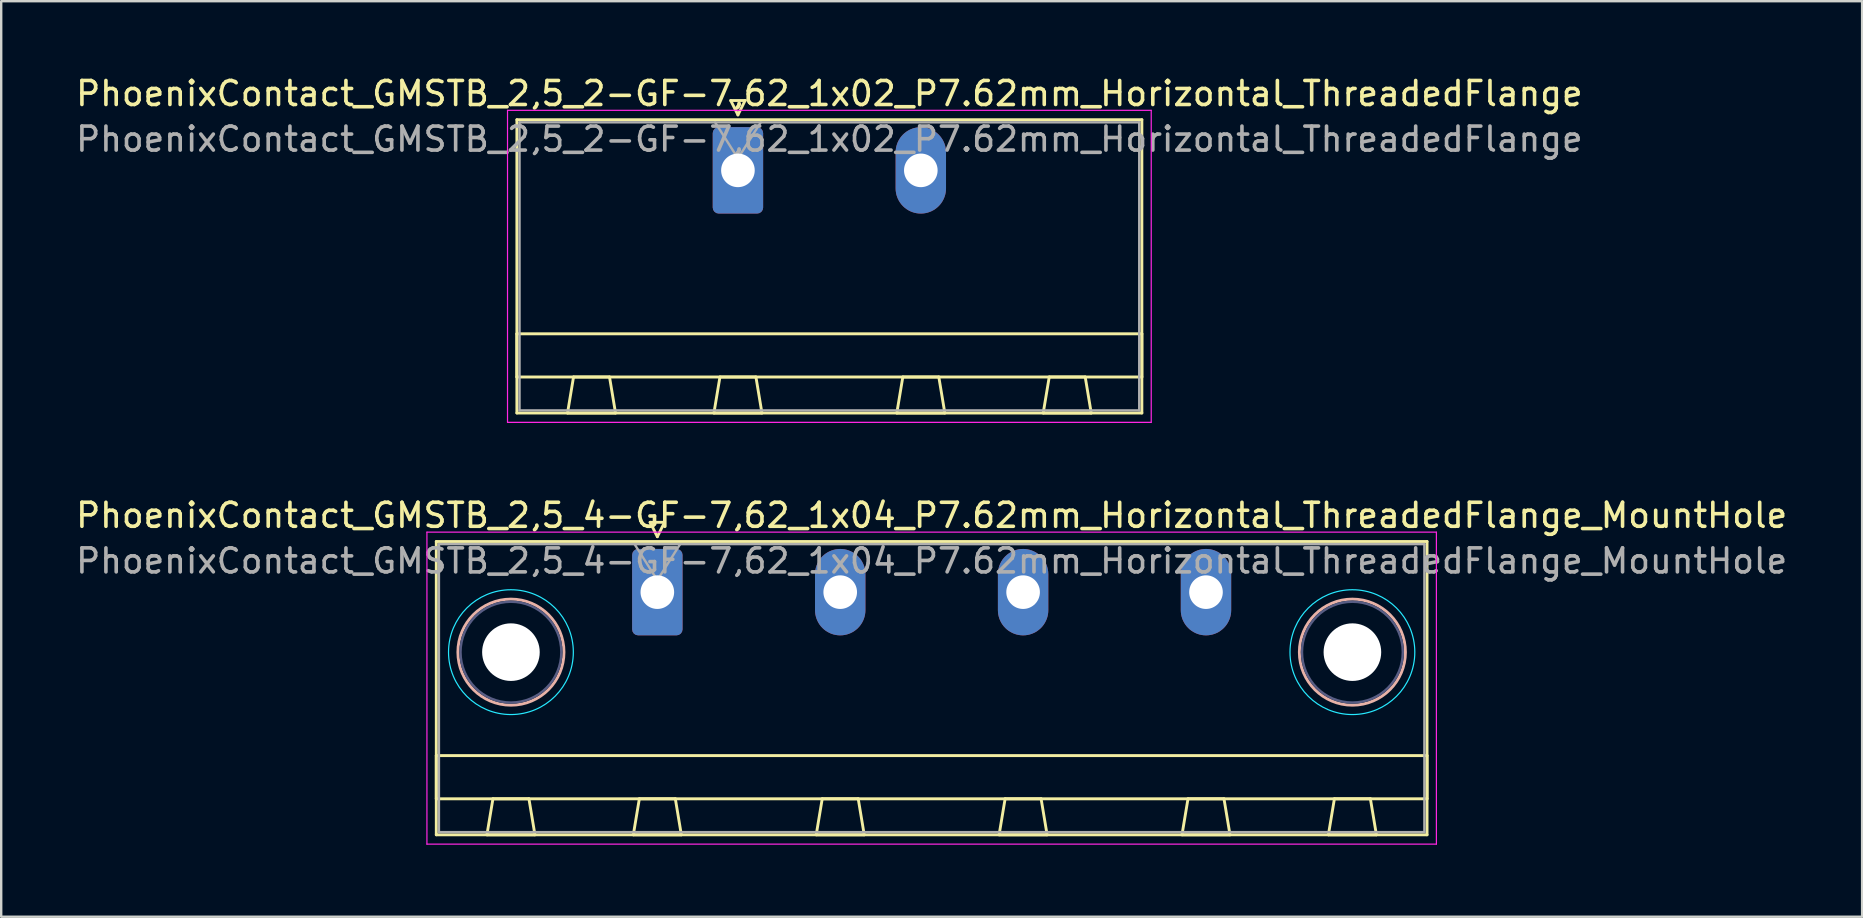
<source format=kicad_pcb>
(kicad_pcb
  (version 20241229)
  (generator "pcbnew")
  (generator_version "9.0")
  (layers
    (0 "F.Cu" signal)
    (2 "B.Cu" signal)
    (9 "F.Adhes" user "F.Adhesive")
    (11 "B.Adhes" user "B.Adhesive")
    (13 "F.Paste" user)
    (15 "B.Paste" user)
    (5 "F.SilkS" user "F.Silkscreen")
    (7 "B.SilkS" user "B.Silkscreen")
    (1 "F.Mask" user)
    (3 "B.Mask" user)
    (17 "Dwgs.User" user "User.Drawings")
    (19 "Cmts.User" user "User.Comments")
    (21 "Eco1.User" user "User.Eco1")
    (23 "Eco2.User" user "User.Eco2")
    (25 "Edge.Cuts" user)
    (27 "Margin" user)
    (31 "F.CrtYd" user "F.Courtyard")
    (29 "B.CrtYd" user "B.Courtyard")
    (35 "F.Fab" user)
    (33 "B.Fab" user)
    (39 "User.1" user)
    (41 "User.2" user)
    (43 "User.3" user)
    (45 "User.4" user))
  (footprint "PhoenixContact_GMSTB_2,5_4-GF-7,62_1x04_P7.62mm_Horizontal_ThreadedFlange_MountHole"
    (layer "F.Cu")
    (at 24.338 21.622)
    (property "Reference" "PhoenixContact_GMSTB_2,5_4-GF-7,62_1x04_P7.62mm_Horizontal_ThreadedFlange_MountHole" (at 11.43 -3.2 0) (layer "F.SilkS") (effects (font (size 1 1) (thickness 0.15))))
    (attr through_hole)
    (fp_line (start -9.21 -2.11) (end -9.21 10.11) (stroke (width 0.12) (type solid)) (layer "F.SilkS"))
    (fp_line (start -9.21 6.81) (end 32.07 6.81) (stroke (width 0.12) (type solid)) (layer "F.SilkS"))
    (fp_line (start -9.21 8.61) (end -9.21 6.81) (stroke (width 0.12) (type solid)) (layer "F.SilkS"))
    (fp_line (start -9.21 10.11) (end 32.07 10.11) (stroke (width 0.12) (type solid)) (layer "F.SilkS"))
    (fp_line (start -7.1 10.11) (end -5.1 10.11) (stroke (width 0.12) (type solid)) (layer "F.SilkS"))
    (fp_line (start -6.85 8.61) (end -7.1 10.11) (stroke (width 0.12) (type solid)) (layer "F.SilkS"))
    (fp_line (start -5.35 8.61) (end -6.85 8.61) (stroke (width 0.12) (type solid)) (layer "F.SilkS"))
    (fp_line (start -5.1 10.11) (end -5.35 8.61) (stroke (width 0.12) (type solid)) (layer "F.SilkS"))
    (fp_line (start -1 10.11) (end 1 10.11) (stroke (width 0.12) (type solid)) (layer "F.SilkS"))
    (fp_line (start -0.75 8.61) (end -1 10.11) (stroke (width 0.12) (type solid)) (layer "F.SilkS"))
    (fp_line (start -0.3 -2.91) (end 0.3 -2.91) (stroke (width 0.12) (type solid)) (layer "F.SilkS"))
    (fp_line (start 0 -2.31) (end -0.3 -2.91) (stroke (width 0.12) (type solid)) (layer "F.SilkS"))
    (fp_line (start 0.3 -2.91) (end 0 -2.31) (stroke (width 0.12) (type solid)) (layer "F.SilkS"))
    (fp_line (start 0.75 8.61) (end -0.75 8.61) (stroke (width 0.12) (type solid)) (layer "F.SilkS"))
    (fp_line (start 1 10.11) (end 0.75 8.61) (stroke (width 0.12) (type solid)) (layer "F.SilkS"))
    (fp_line (start 6.62 10.11) (end 8.62 10.11) (stroke (width 0.12) (type solid)) (layer "F.SilkS"))
    (fp_line (start 6.87 8.61) (end 6.62 10.11) (stroke (width 0.12) (type solid)) (layer "F.SilkS"))
    (fp_line (start 8.37 8.61) (end 6.87 8.61) (stroke (width 0.12) (type solid)) (layer "F.SilkS"))
    (fp_line (start 8.62 10.11) (end 8.37 8.61) (stroke (width 0.12) (type solid)) (layer "F.SilkS"))
    (fp_line (start 14.24 10.11) (end 16.24 10.11) (stroke (width 0.12) (type solid)) (layer "F.SilkS"))
    (fp_line (start 14.49 8.61) (end 14.24 10.11) (stroke (width 0.12) (type solid)) (layer "F.SilkS"))
    (fp_line (start 15.99 8.61) (end 14.49 8.61) (stroke (width 0.12) (type solid)) (layer "F.SilkS"))
    (fp_line (start 16.24 10.11) (end 15.99 8.61) (stroke (width 0.12) (type solid)) (layer "F.SilkS"))
    (fp_line (start 21.86 10.11) (end 23.86 10.11) (stroke (width 0.12) (type solid)) (layer "F.SilkS"))
    (fp_line (start 22.11 8.61) (end 21.86 10.11) (stroke (width 0.12) (type solid)) (layer "F.SilkS"))
    (fp_line (start 23.61 8.61) (end 22.11 8.61) (stroke (width 0.12) (type solid)) (layer "F.SilkS"))
    (fp_line (start 23.86 10.11) (end 23.61 8.61) (stroke (width 0.12) (type solid)) (layer "F.SilkS"))
    (fp_line (start 27.96 10.11) (end 29.96 10.11) (stroke (width 0.12) (type solid)) (layer "F.SilkS"))
    (fp_line (start 28.21 8.61) (end 27.96 10.11) (stroke (width 0.12) (type solid)) (layer "F.SilkS"))
    (fp_line (start 29.71 8.61) (end 28.21 8.61) (stroke (width 0.12) (type solid)) (layer "F.SilkS"))
    (fp_line (start 29.96 10.11) (end 29.71 8.61) (stroke (width 0.12) (type solid)) (layer "F.SilkS"))
    (fp_line (start 32.07 -2.11) (end -9.21 -2.11) (stroke (width 0.12) (type solid)) (layer "F.SilkS"))
    (fp_line (start 32.07 6.81) (end 32.07 8.61) (stroke (width 0.12) (type solid)) (layer "F.SilkS"))
    (fp_line (start 32.07 8.61) (end -9.21 8.61) (stroke (width 0.12) (type solid)) (layer "F.SilkS"))
    (fp_line (start 32.07 10.11) (end 32.07 -2.11) (stroke (width 0.12) (type solid)) (layer "F.SilkS"))
    (fp_circle (center -6.1 2.5) (end -3.89 2.5) (stroke (width 0.12) (type solid)) (fill no) (layer "B.SilkS"))
    (fp_circle (center 28.96 2.5) (end 31.17 2.5) (stroke (width 0.12) (type solid)) (fill no) (layer "B.SilkS"))
    (fp_circle (center -6.1 2.5) (end -3.5 2.5) (stroke (width 0.05) (type solid)) (fill no) (layer "B.CrtYd"))
    (fp_circle (center 28.96 2.5) (end 31.56 2.5) (stroke (width 0.05) (type solid)) (fill no) (layer "B.CrtYd"))
    (fp_line (start -9.6 -2.5) (end -9.6 10.5) (stroke (width 0.05) (type solid)) (layer "F.CrtYd"))
    (fp_line (start -9.6 10.5) (end 32.46 10.5) (stroke (width 0.05) (type solid)) (layer "F.CrtYd"))
    (fp_line (start 32.46 -2.5) (end -9.6 -2.5) (stroke (width 0.05) (type solid)) (layer "F.CrtYd"))
    (fp_line (start 32.46 10.5) (end 32.46 -2.5) (stroke (width 0.05) (type solid)) (layer "F.CrtYd"))
    (fp_circle (center -6.1 2.5) (end -4 2.5) (stroke (width 0.1) (type solid)) (fill no) (layer "B.Fab"))
    (fp_circle (center 28.96 2.5) (end 31.06 2.5) (stroke (width 0.1) (type solid)) (fill no) (layer "B.Fab"))
    (fp_line (start -9.1 -2) (end -9.1 10) (stroke (width 0.1) (type solid)) (layer "F.Fab"))
    (fp_line (start -9.1 10) (end 31.96 10) (stroke (width 0.1) (type solid)) (layer "F.Fab"))
    (fp_line (start 0 -0.5) (end -0.95 -2) (stroke (width 0.1) (type solid)) (layer "F.Fab"))
    (fp_line (start 0.95 -2) (end 0 -0.5) (stroke (width 0.1) (type solid)) (layer "F.Fab"))
    (fp_line (start 31.96 -2) (end -9.1 -2) (stroke (width 0.1) (type solid)) (layer "F.Fab"))
    (fp_line (start 31.96 10) (end 31.96 -2) (stroke (width 0.1) (type solid)) (layer "F.Fab"))
    (fp_text user "${REFERENCE}" (at 11.43 -1.3 0) (layer "F.Fab") (effects (font (size 1 1) (thickness 0.15))))
    (pad "" np_thru_hole circle (at -6.1 2.5) (size 2.4 2.4) (drill 2.4) (layers "*.Cu" "*.Mask"))
    (pad "" np_thru_hole circle (at 28.96 2.5) (size 2.4 2.4) (drill 2.4) (layers "*.Cu" "*.Mask"))
    (pad "1" thru_hole roundrect (at 0 0) (size 2.1 3.6) (drill 1.4) (layers "*.Cu" "*.Mask") (roundrect_rratio 0.119))
    (pad "2" thru_hole oval (at 7.62 0) (size 2.1 3.6) (drill 1.4) (layers "*.Cu" "*.Mask"))
    (pad "3" thru_hole oval (at 15.24 0) (size 2.1 3.6) (drill 1.4) (layers "*.Cu" "*.Mask"))
    (pad "4" thru_hole oval (at 22.86 0) (size 2.1 3.6) (drill 1.4) (layers "*.Cu" "*.Mask")))
  (footprint "PhoenixContact_GMSTB_2,5_2-GF-7,62_1x02_P7.62mm_Horizontal_ThreadedFlange"
    (layer "F.Cu")
    (at 27.696 4.048)
    (property "Reference" "PhoenixContact_GMSTB_2,5_2-GF-7,62_1x02_P7.62mm_Horizontal_ThreadedFlange" (at 3.81 -3.2 0) (layer "F.SilkS") (effects (font (size 1 1) (thickness 0.15))))
    (attr through_hole)
    (fp_line (start -9.21 -2.11) (end -9.21 10.11) (stroke (width 0.12) (type solid)) (layer "F.SilkS"))
    (fp_line (start -9.21 6.81) (end 16.83 6.81) (stroke (width 0.12) (type solid)) (layer "F.SilkS"))
    (fp_line (start -9.21 8.61) (end -9.21 6.81) (stroke (width 0.12) (type solid)) (layer "F.SilkS"))
    (fp_line (start -9.21 10.11) (end 16.83 10.11) (stroke (width 0.12) (type solid)) (layer "F.SilkS"))
    (fp_line (start -7.1 10.11) (end -5.1 10.11) (stroke (width 0.12) (type solid)) (layer "F.SilkS"))
    (fp_line (start -6.85 8.61) (end -7.1 10.11) (stroke (width 0.12) (type solid)) (layer "F.SilkS"))
    (fp_line (start -5.35 8.61) (end -6.85 8.61) (stroke (width 0.12) (type solid)) (layer "F.SilkS"))
    (fp_line (start -5.1 10.11) (end -5.35 8.61) (stroke (width 0.12) (type solid)) (layer "F.SilkS"))
    (fp_line (start -1 10.11) (end 1 10.11) (stroke (width 0.12) (type solid)) (layer "F.SilkS"))
    (fp_line (start -0.75 8.61) (end -1 10.11) (stroke (width 0.12) (type solid)) (layer "F.SilkS"))
    (fp_line (start -0.3 -2.91) (end 0.3 -2.91) (stroke (width 0.12) (type solid)) (layer "F.SilkS"))
    (fp_line (start 0 -2.31) (end -0.3 -2.91) (stroke (width 0.12) (type solid)) (layer "F.SilkS"))
    (fp_line (start 0.3 -2.91) (end 0 -2.31) (stroke (width 0.12) (type solid)) (layer "F.SilkS"))
    (fp_line (start 0.75 8.61) (end -0.75 8.61) (stroke (width 0.12) (type solid)) (layer "F.SilkS"))
    (fp_line (start 1 10.11) (end 0.75 8.61) (stroke (width 0.12) (type solid)) (layer "F.SilkS"))
    (fp_line (start 6.62 10.11) (end 8.62 10.11) (stroke (width 0.12) (type solid)) (layer "F.SilkS"))
    (fp_line (start 6.87 8.61) (end 6.62 10.11) (stroke (width 0.12) (type solid)) (layer "F.SilkS"))
    (fp_line (start 8.37 8.61) (end 6.87 8.61) (stroke (width 0.12) (type solid)) (layer "F.SilkS"))
    (fp_line (start 8.62 10.11) (end 8.37 8.61) (stroke (width 0.12) (type solid)) (layer "F.SilkS"))
    (fp_line (start 12.72 10.11) (end 14.72 10.11) (stroke (width 0.12) (type solid)) (layer "F.SilkS"))
    (fp_line (start 12.97 8.61) (end 12.72 10.11) (stroke (width 0.12) (type solid)) (layer "F.SilkS"))
    (fp_line (start 14.47 8.61) (end 12.97 8.61) (stroke (width 0.12) (type solid)) (layer "F.SilkS"))
    (fp_line (start 14.72 10.11) (end 14.47 8.61) (stroke (width 0.12) (type solid)) (layer "F.SilkS"))
    (fp_line (start 16.83 -2.11) (end -9.21 -2.11) (stroke (width 0.12) (type solid)) (layer "F.SilkS"))
    (fp_line (start 16.83 6.81) (end 16.83 8.61) (stroke (width 0.12) (type solid)) (layer "F.SilkS"))
    (fp_line (start 16.83 8.61) (end -9.21 8.61) (stroke (width 0.12) (type solid)) (layer "F.SilkS"))
    (fp_line (start 16.83 10.11) (end 16.83 -2.11) (stroke (width 0.12) (type solid)) (layer "F.SilkS"))
    (fp_line (start -9.6 -2.5) (end -9.6 10.5) (stroke (width 0.05) (type solid)) (layer "F.CrtYd"))
    (fp_line (start -9.6 10.5) (end 17.22 10.5) (stroke (width 0.05) (type solid)) (layer "F.CrtYd"))
    (fp_line (start 17.22 -2.5) (end -9.6 -2.5) (stroke (width 0.05) (type solid)) (layer "F.CrtYd"))
    (fp_line (start 17.22 10.5) (end 17.22 -2.5) (stroke (width 0.05) (type solid)) (layer "F.CrtYd"))
    (fp_line (start -9.1 -2) (end -9.1 10) (stroke (width 0.1) (type solid)) (layer "F.Fab"))
    (fp_line (start -9.1 10) (end 16.72 10) (stroke (width 0.1) (type solid)) (layer "F.Fab"))
    (fp_line (start 0 -0.5) (end -0.95 -2) (stroke (width 0.1) (type solid)) (layer "F.Fab"))
    (fp_line (start 0.95 -2) (end 0 -0.5) (stroke (width 0.1) (type solid)) (layer "F.Fab"))
    (fp_line (start 16.72 -2) (end -9.1 -2) (stroke (width 0.1) (type solid)) (layer "F.Fab"))
    (fp_line (start 16.72 10) (end 16.72 -2) (stroke (width 0.1) (type solid)) (layer "F.Fab"))
    (fp_text user "${REFERENCE}" (at 3.81 -1.3 0) (layer "F.Fab") (effects (font (size 1 1) (thickness 0.15))))
    (pad "1" thru_hole roundrect (at 0 0) (size 2.1 3.6) (drill 1.4) (layers "*.Cu" "*.Mask") (roundrect_rratio 0.119))
    (pad "2" thru_hole oval (at 7.62 0) (size 2.1 3.6) (drill 1.4) (layers "*.Cu" "*.Mask")))
  (gr_rect
    (start -3 -3)
    (end 74.536 35.147)
    (stroke (width 0.1) (type default))
    (fill no)
    (layer "Edge.Cuts")))
</source>
